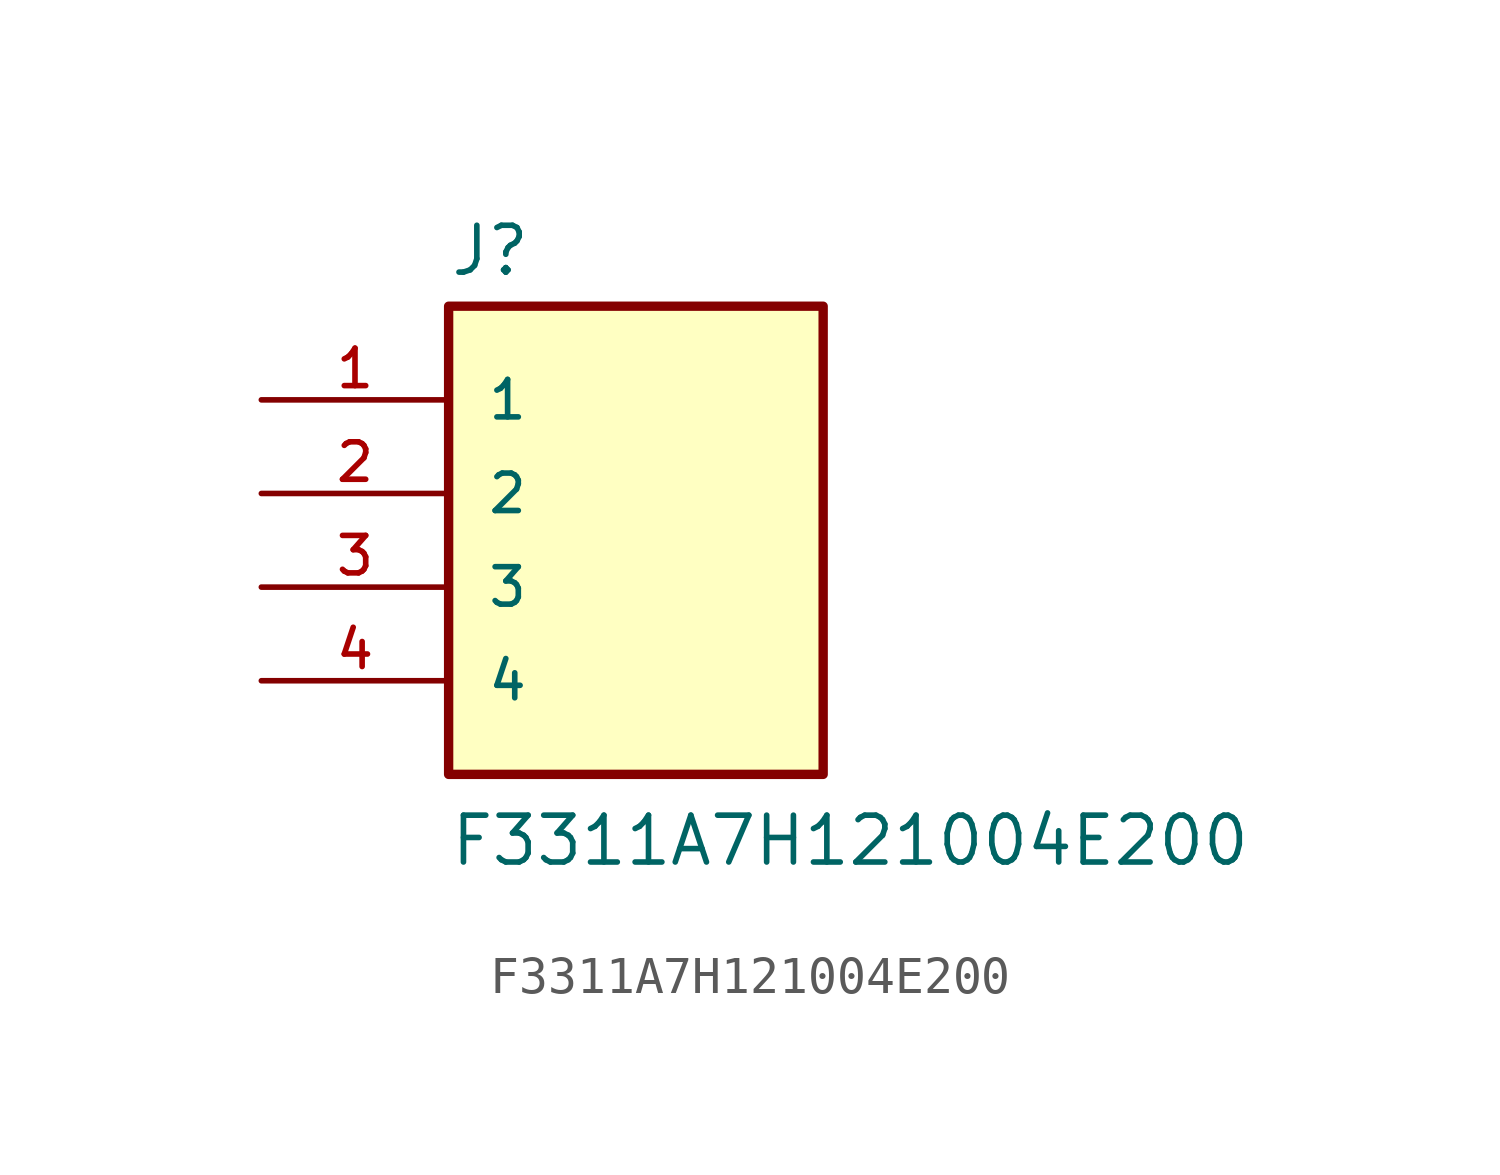
<source format=kicad_sym>
(kicad_symbol_lib
  (version 20211014)
  (generator kicad_symbol_editor)
  (symbol "F3311A7H121004E200"
    (pin_names
      (offset 1.016))
    (property "Reference" "J"
      (at -5.08 5.842 0)
      (effects (font (size 1.27 1.27)) (justify bottom left)))
    (property "Value" "F3311A7H121004E200"
      (at -5.08 -10.16 0)
      (effects (font (size 1.27 1.27)) (justify bottom left)))
    (symbol "F3311A7H121004E200_0_0"
      (rectangle (start -5.08 -7.62) (end 5.08 5.08) (stroke (width 0.254)) (fill (type background)))
      (pin passive line (at -10.16 2.54 0) (length 5.08) (name "1" (effects (font (size 1.016 1.016)))) (number "1" (effects (font (size 1.016 1.016)))))
      (pin passive line (at -10.16 0.0 0) (length 5.08) (name "2" (effects (font (size 1.016 1.016)))) (number "2" (effects (font (size 1.016 1.016)))))
      (pin passive line (at -10.16 -2.54 0) (length 5.08) (name "3" (effects (font (size 1.016 1.016)))) (number "3" (effects (font (size 1.016 1.016)))))
      (pin passive line (at -10.16 -5.08 0) (length 5.08) (name "4" (effects (font (size 1.016 1.016)))) (number "4" (effects (font (size 1.016 1.016))))))))
</source>
